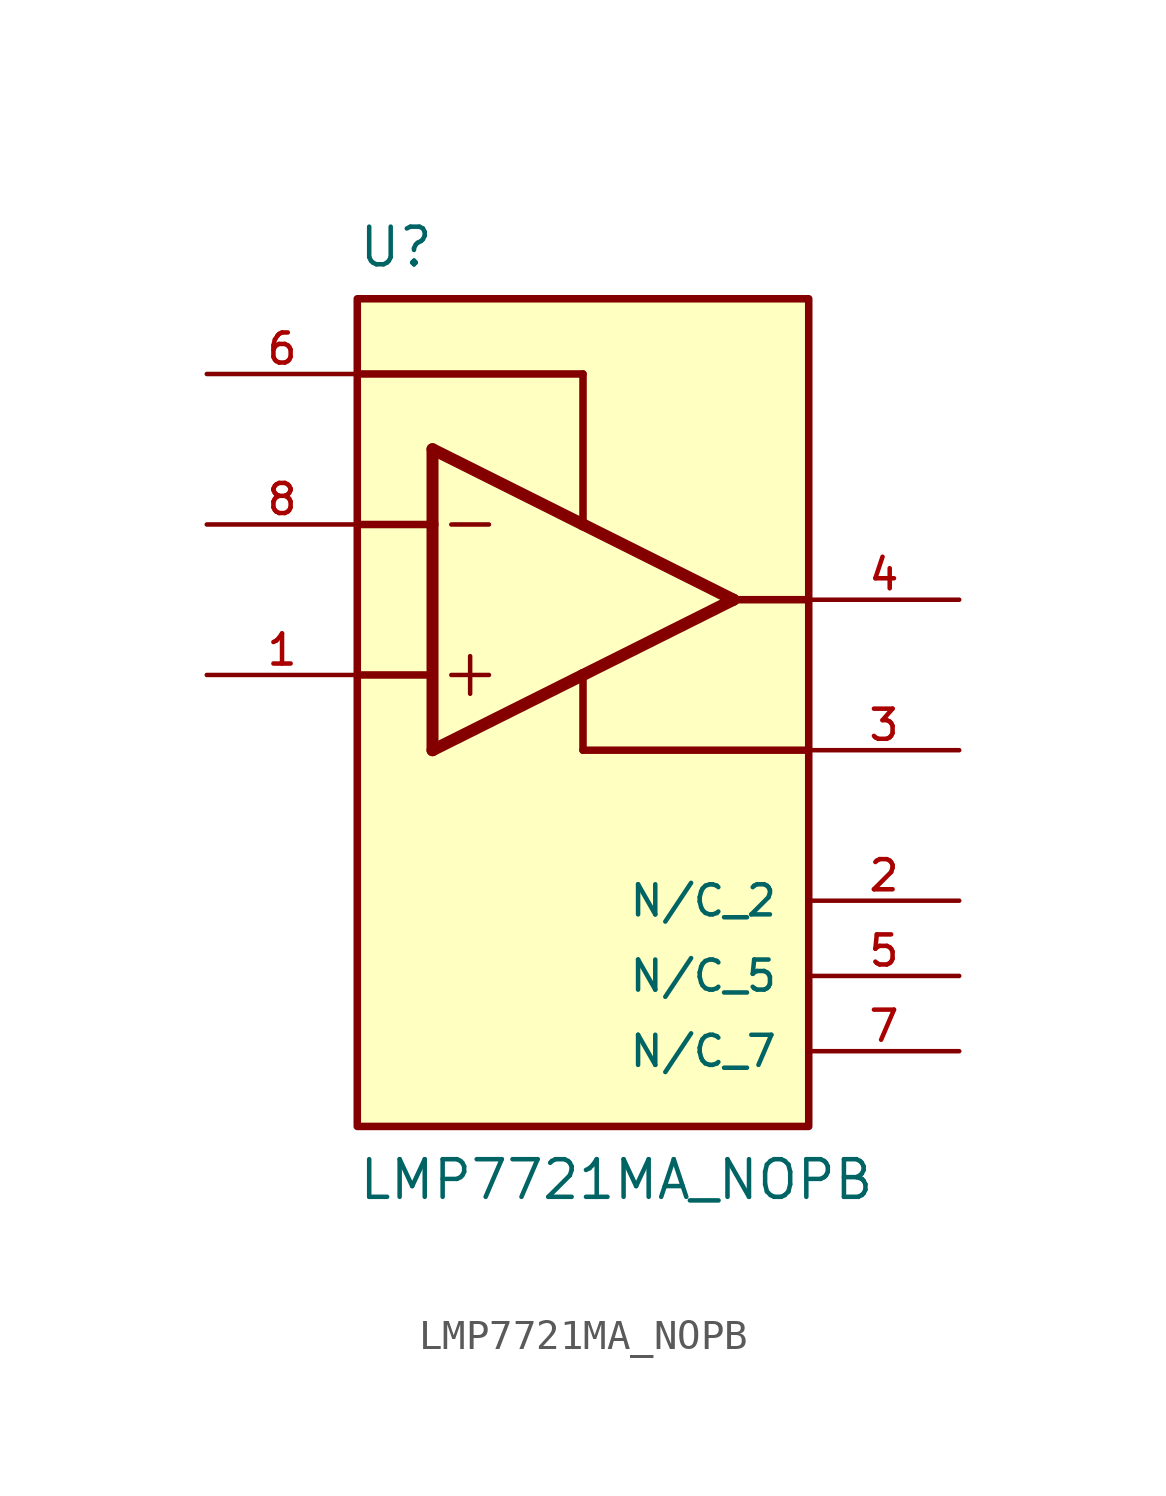
<source format=kicad_sym>
(kicad_symbol_lib
  (version 20211014)
  (generator kicad_symbol_editor)
  (symbol "LMP7721MA_NOPB"
    (pin_names
      (offset 1.016))
    (property "Reference" "U"
      (at -7.62 16.24 0.0)
      (effects (font (size 1.27 1.27)) (justify bottom left)))
    (property "Value" "LMP7721MA_NOPB"
      (at -7.62 -15.24 0.0)
      (effects (font (size 1.27 1.27)) (justify bottom left)))
    (symbol "LMP7721MA_NOPB_0_0"
      (polyline (pts (xy -5.08 10.16) (xy -5.08 7.62)) (stroke (width 0.406)))
      (polyline (pts (xy -5.08 7.62) (xy -5.08 0.0)) (stroke (width 0.406)))
      (polyline (pts (xy -5.08 0.0) (xy 0.0 2.54)) (stroke (width 0.406)))
      (polyline (pts (xy 0.0 2.54) (xy 5.08 5.08)) (stroke (width 0.406)))
      (polyline (pts (xy 5.08 5.08) (xy 0.0 7.62)) (stroke (width 0.406)))
      (polyline (pts (xy 0.0 7.62) (xy -5.08 10.16)) (stroke (width 0.406)))
      (polyline (pts (xy -3.81 3.175) (xy -3.81 1.905)) (stroke (width 0.152)))
      (polyline (pts (xy -4.445 7.62) (xy -3.175 7.62)) (stroke (width 0.152)))
      (polyline (pts (xy -4.445 2.54) (xy -3.175 2.54)) (stroke (width 0.152)))
      (polyline (pts (xy -7.62 7.62) (xy -5.08 7.62)) (stroke (width 0.254)))
      (polyline (pts (xy -7.62 2.54) (xy -5.08 2.54)) (stroke (width 0.254)))
      (polyline (pts (xy 5.08 5.08) (xy 7.62 5.08)) (stroke (width 0.254)))
      (polyline (pts (xy 0.0 0.0) (xy 7.62 0.0)) (stroke (width 0.254)))
      (polyline (pts (xy -7.62 12.7) (xy 0.0 12.7)) (stroke (width 0.254)))
      (polyline (pts (xy 0.0 7.62) (xy 0.0 12.7)) (stroke (width 0.254)))
      (polyline (pts (xy 0.0 0.0) (xy 0.0 2.54)) (stroke (width 0.254)))
      (rectangle (start -7.62 -12.7) (end 7.62 15.24) (stroke (width 0.254)) (fill (type background)))
      (pin input line (at -12.7 2.54 0) (length 5.08) (name "~" (effects (font (size 1.016 1.016)))) (number "1" (effects (font (size 1.016 1.016)))))
      (pin passive line (at 12.7 -5.08 180.0) (length 5.08) (name "N/C_2" (effects (font (size 1.016 1.016)))) (number "2" (effects (font (size 1.016 1.016)))))
      (pin power_in line (at 12.7 0.0 180.0) (length 5.08) (name "~" (effects (font (size 1.016 1.016)))) (number "3" (effects (font (size 1.016 1.016)))))
      (pin output line (at 12.7 5.08 180.0) (length 5.08) (name "~" (effects (font (size 1.016 1.016)))) (number "4" (effects (font (size 1.016 1.016)))))
      (pin passive line (at 12.7 -7.62 180.0) (length 5.08) (name "N/C_5" (effects (font (size 1.016 1.016)))) (number "5" (effects (font (size 1.016 1.016)))))
      (pin power_in line (at -12.7 12.7 0) (length 5.08) (name "~" (effects (font (size 1.016 1.016)))) (number "6" (effects (font (size 1.016 1.016)))))
      (pin passive line (at 12.7 -10.16 180.0) (length 5.08) (name "N/C_7" (effects (font (size 1.016 1.016)))) (number "7" (effects (font (size 1.016 1.016)))))
      (pin input line (at -12.7 7.62 0) (length 5.08) (name "~" (effects (font (size 1.016 1.016)))) (number "8" (effects (font (size 1.016 1.016))))))))
</source>
